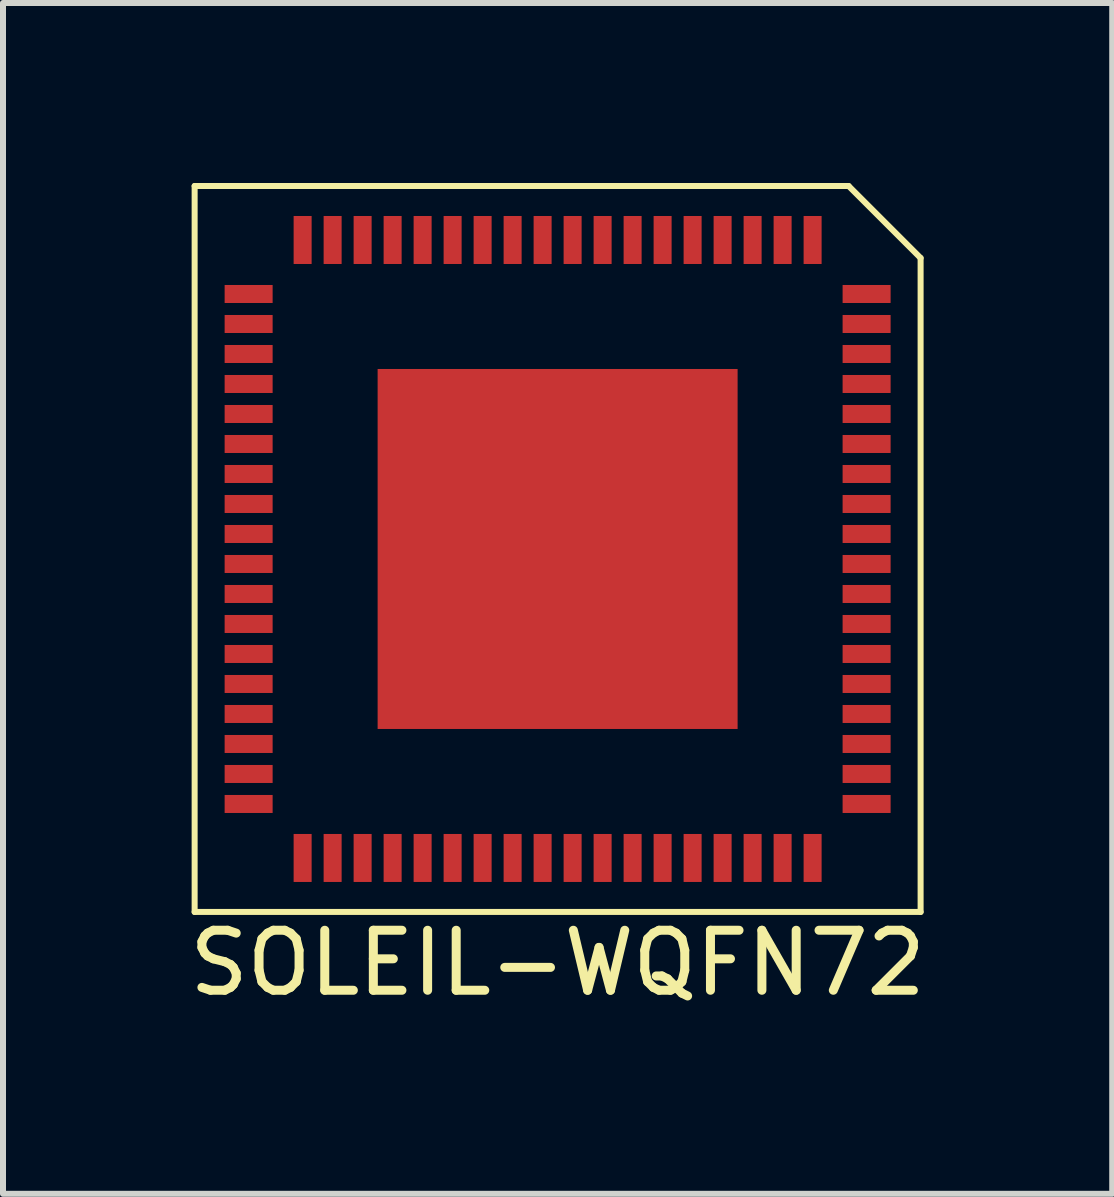
<source format=kicad_pcb>
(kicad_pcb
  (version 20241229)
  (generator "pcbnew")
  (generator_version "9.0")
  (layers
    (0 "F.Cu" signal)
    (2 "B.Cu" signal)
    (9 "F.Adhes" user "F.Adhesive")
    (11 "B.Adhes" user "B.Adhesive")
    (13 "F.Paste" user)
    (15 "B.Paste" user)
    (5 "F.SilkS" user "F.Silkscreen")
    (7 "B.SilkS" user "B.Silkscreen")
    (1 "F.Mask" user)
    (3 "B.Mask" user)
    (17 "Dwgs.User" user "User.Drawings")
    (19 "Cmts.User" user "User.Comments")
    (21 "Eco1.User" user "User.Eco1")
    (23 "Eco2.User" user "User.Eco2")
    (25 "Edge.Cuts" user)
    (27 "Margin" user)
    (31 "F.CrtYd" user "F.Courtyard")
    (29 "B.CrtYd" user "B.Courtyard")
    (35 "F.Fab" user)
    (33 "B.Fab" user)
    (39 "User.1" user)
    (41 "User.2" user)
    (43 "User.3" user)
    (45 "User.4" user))
  (footprint "SOLEIL-WQFN72"
    (layer "F.Cu")
    (at 6.244 6.1)
    (property "Reference" "SOLEIL-WQFN72" (at 0 6.9 0) (layer "F.SilkS") (effects (font (size 1 1) (thickness 0.15))))
    (attr smd)
    (fp_line (start -6.05 -6.05) (end -6.05 6.05) (stroke (width 0.1) (type solid)) (layer "F.SilkS"))
    (fp_line (start -6.05 -6.05) (end 4.85 -6.05) (stroke (width 0.1) (type solid)) (layer "F.SilkS"))
    (fp_line (start -6.05 6.05) (end 6.05 6.05) (stroke (width 0.1) (type solid)) (layer "F.SilkS"))
    (fp_line (start 6.05 -4.85) (end 4.85 -6.05) (stroke (width 0.1) (type solid)) (layer "F.SilkS"))
    (fp_line (start 6.05 -4.85) (end 6.05 6.05) (stroke (width 0.1) (type solid)) (layer "F.SilkS"))
    (pad "0" smd rect (at 0 0) (size 6 6) (layers "F.Cu" "F.Mask" "F.Paste"))
    (pad "1" smd rect (at 4.25 -5.15) (size 0.3 0.8) (layers "F.Cu" "F.Mask" "F.Paste"))
    (pad "2" smd rect (at 3.75 -5.15) (size 0.3 0.8) (layers "F.Cu" "F.Mask" "F.Paste"))
    (pad "3" smd rect (at 3.25 -5.15) (size 0.3 0.8) (layers "F.Cu" "F.Mask" "F.Paste"))
    (pad "4" smd rect (at 2.75 -5.15) (size 0.3 0.8) (layers "F.Cu" "F.Mask" "F.Paste"))
    (pad "5" smd rect (at 2.25 -5.15) (size 0.3 0.8) (layers "F.Cu" "F.Mask" "F.Paste"))
    (pad "6" smd rect (at 1.75 -5.15) (size 0.3 0.8) (layers "F.Cu" "F.Mask" "F.Paste"))
    (pad "7" smd rect (at 1.25 -5.15) (size 0.3 0.8) (layers "F.Cu" "F.Mask" "F.Paste"))
    (pad "8" smd rect (at 0.75 -5.15) (size 0.3 0.8) (layers "F.Cu" "F.Mask" "F.Paste"))
    (pad "9" smd rect (at 0.25 -5.15) (size 0.3 0.8) (layers "F.Cu" "F.Mask" "F.Paste"))
    (pad "10" smd rect (at -0.25 -5.15) (size 0.3 0.8) (layers "F.Cu" "F.Mask" "F.Paste"))
    (pad "11" smd rect (at -0.75 -5.15) (size 0.3 0.8) (layers "F.Cu" "F.Mask" "F.Paste"))
    (pad "12" smd rect (at -1.25 -5.15) (size 0.3 0.8) (layers "F.Cu" "F.Mask" "F.Paste"))
    (pad "13" smd rect (at -1.75 -5.15) (size 0.3 0.8) (layers "F.Cu" "F.Mask" "F.Paste"))
    (pad "14" smd rect (at -2.25 -5.15) (size 0.3 0.8) (layers "F.Cu" "F.Mask" "F.Paste"))
    (pad "15" smd rect (at -2.75 -5.15) (size 0.3 0.8) (layers "F.Cu" "F.Mask" "F.Paste"))
    (pad "16" smd rect (at -3.25 -5.15) (size 0.3 0.8) (layers "F.Cu" "F.Mask" "F.Paste"))
    (pad "17" smd rect (at -3.75 -5.15) (size 0.3 0.8) (layers "F.Cu" "F.Mask" "F.Paste"))
    (pad "18" smd rect (at -4.25 -5.15) (size 0.3 0.8) (layers "F.Cu" "F.Mask" "F.Paste"))
    (pad "19" smd rect (at -5.15 -4.25) (size 0.8 0.3) (layers "F.Cu" "F.Mask" "F.Paste"))
    (pad "20" smd rect (at -5.15 -3.75) (size 0.8 0.3) (layers "F.Cu" "F.Mask" "F.Paste"))
    (pad "21" smd rect (at -5.15 -3.25) (size 0.8 0.3) (layers "F.Cu" "F.Mask" "F.Paste"))
    (pad "22" smd rect (at -5.15 -2.75) (size 0.8 0.3) (layers "F.Cu" "F.Mask" "F.Paste"))
    (pad "23" smd rect (at -5.15 -2.25) (size 0.8 0.3) (layers "F.Cu" "F.Mask" "F.Paste"))
    (pad "24" smd rect (at -5.15 -1.75) (size 0.8 0.3) (layers "F.Cu" "F.Mask" "F.Paste"))
    (pad "25" smd rect (at -5.15 -1.25) (size 0.8 0.3) (layers "F.Cu" "F.Mask" "F.Paste"))
    (pad "26" smd rect (at -5.15 -0.75) (size 0.8 0.3) (layers "F.Cu" "F.Mask" "F.Paste"))
    (pad "27" smd rect (at -5.15 -0.25) (size 0.8 0.3) (layers "F.Cu" "F.Mask" "F.Paste"))
    (pad "28" smd rect (at -5.15 0.25) (size 0.8 0.3) (layers "F.Cu" "F.Mask" "F.Paste"))
    (pad "29" smd rect (at -5.15 0.75) (size 0.8 0.3) (layers "F.Cu" "F.Mask" "F.Paste"))
    (pad "30" smd rect (at -5.15 1.25) (size 0.8 0.3) (layers "F.Cu" "F.Mask" "F.Paste"))
    (pad "31" smd rect (at -5.15 1.75) (size 0.8 0.3) (layers "F.Cu" "F.Mask" "F.Paste"))
    (pad "32" smd rect (at -5.15 2.25) (size 0.8 0.3) (layers "F.Cu" "F.Mask" "F.Paste"))
    (pad "33" smd rect (at -5.15 2.75) (size 0.8 0.3) (layers "F.Cu" "F.Mask" "F.Paste"))
    (pad "34" smd rect (at -5.15 3.25) (size 0.8 0.3) (layers "F.Cu" "F.Mask" "F.Paste"))
    (pad "35" smd rect (at -5.15 3.75) (size 0.8 0.3) (layers "F.Cu" "F.Mask" "F.Paste"))
    (pad "36" smd rect (at -5.15 4.25) (size 0.8 0.3) (layers "F.Cu" "F.Mask" "F.Paste"))
    (pad "37" smd rect (at -4.25 5.15) (size 0.3 0.8) (layers "F.Cu" "F.Mask" "F.Paste"))
    (pad "38" smd rect (at -3.75 5.15) (size 0.3 0.8) (layers "F.Cu" "F.Mask" "F.Paste"))
    (pad "39" smd rect (at -3.25 5.15) (size 0.3 0.8) (layers "F.Cu" "F.Mask" "F.Paste"))
    (pad "40" smd rect (at -2.75 5.15) (size 0.3 0.8) (layers "F.Cu" "F.Mask" "F.Paste"))
    (pad "41" smd rect (at -2.25 5.15) (size 0.3 0.8) (layers "F.Cu" "F.Mask" "F.Paste"))
    (pad "42" smd rect (at -1.75 5.15) (size 0.3 0.8) (layers "F.Cu" "F.Mask" "F.Paste"))
    (pad "43" smd rect (at -1.25 5.15) (size 0.3 0.8) (layers "F.Cu" "F.Mask" "F.Paste"))
    (pad "44" smd rect (at -0.75 5.15) (size 0.3 0.8) (layers "F.Cu" "F.Mask" "F.Paste"))
    (pad "45" smd rect (at -0.25 5.15) (size 0.3 0.8) (layers "F.Cu" "F.Mask" "F.Paste"))
    (pad "46" smd rect (at 0.25 5.15) (size 0.3 0.8) (layers "F.Cu" "F.Mask" "F.Paste"))
    (pad "47" smd rect (at 0.75 5.15) (size 0.3 0.8) (layers "F.Cu" "F.Mask" "F.Paste"))
    (pad "48" smd rect (at 1.25 5.15) (size 0.3 0.8) (layers "F.Cu" "F.Mask" "F.Paste"))
    (pad "49" smd rect (at 1.75 5.15) (size 0.3 0.8) (layers "F.Cu" "F.Mask" "F.Paste"))
    (pad "50" smd rect (at 2.25 5.15) (size 0.3 0.8) (layers "F.Cu" "F.Mask" "F.Paste"))
    (pad "51" smd rect (at 2.75 5.15) (size 0.3 0.8) (layers "F.Cu" "F.Mask" "F.Paste"))
    (pad "52" smd rect (at 3.25 5.15) (size 0.3 0.8) (layers "F.Cu" "F.Mask" "F.Paste"))
    (pad "53" smd rect (at 3.75 5.15) (size 0.3 0.8) (layers "F.Cu" "F.Mask" "F.Paste"))
    (pad "54" smd rect (at 4.25 5.15) (size 0.3 0.8) (layers "F.Cu" "F.Mask" "F.Paste"))
    (pad "55" smd rect (at 5.15 4.25) (size 0.8 0.3) (layers "F.Cu" "F.Mask" "F.Paste"))
    (pad "56" smd rect (at 5.15 3.75) (size 0.8 0.3) (layers "F.Cu" "F.Mask" "F.Paste"))
    (pad "57" smd rect (at 5.15 3.25) (size 0.8 0.3) (layers "F.Cu" "F.Mask" "F.Paste"))
    (pad "58" smd rect (at 5.15 2.75) (size 0.8 0.3) (layers "F.Cu" "F.Mask" "F.Paste"))
    (pad "59" smd rect (at 5.15 2.25) (size 0.8 0.3) (layers "F.Cu" "F.Mask" "F.Paste"))
    (pad "60" smd rect (at 5.15 1.75) (size 0.8 0.3) (layers "F.Cu" "F.Mask" "F.Paste"))
    (pad "61" smd rect (at 5.15 1.25) (size 0.8 0.3) (layers "F.Cu" "F.Mask" "F.Paste"))
    (pad "62" smd rect (at 5.15 0.75) (size 0.8 0.3) (layers "F.Cu" "F.Mask" "F.Paste"))
    (pad "63" smd rect (at 5.15 0.25) (size 0.8 0.3) (layers "F.Cu" "F.Mask" "F.Paste"))
    (pad "64" smd rect (at 5.15 -0.25) (size 0.8 0.3) (layers "F.Cu" "F.Mask" "F.Paste"))
    (pad "65" smd rect (at 5.15 -0.75) (size 0.8 0.3) (layers "F.Cu" "F.Mask" "F.Paste"))
    (pad "66" smd rect (at 5.15 -1.25) (size 0.8 0.3) (layers "F.Cu" "F.Mask" "F.Paste"))
    (pad "67" smd rect (at 5.15 -1.75) (size 0.8 0.3) (layers "F.Cu" "F.Mask" "F.Paste"))
    (pad "68" smd rect (at 5.15 -2.25) (size 0.8 0.3) (layers "F.Cu" "F.Mask" "F.Paste"))
    (pad "69" smd rect (at 5.15 -2.75) (size 0.8 0.3) (layers "F.Cu" "F.Mask" "F.Paste"))
    (pad "70" smd rect (at 5.15 -3.25) (size 0.8 0.3) (layers "F.Cu" "F.Mask" "F.Paste"))
    (pad "71" smd rect (at 5.15 -3.75) (size 0.8 0.3) (layers "F.Cu" "F.Mask" "F.Paste"))
    (pad "72" smd rect (at 5.15 -4.25) (size 0.8 0.3) (layers "F.Cu" "F.Mask" "F.Paste")))
  (gr_rect
    (start -3 -3)
    (end 15.488 16.848)
    (stroke (width 0.1) (type default))
    (fill no)
    (layer "Edge.Cuts")))
</source>
